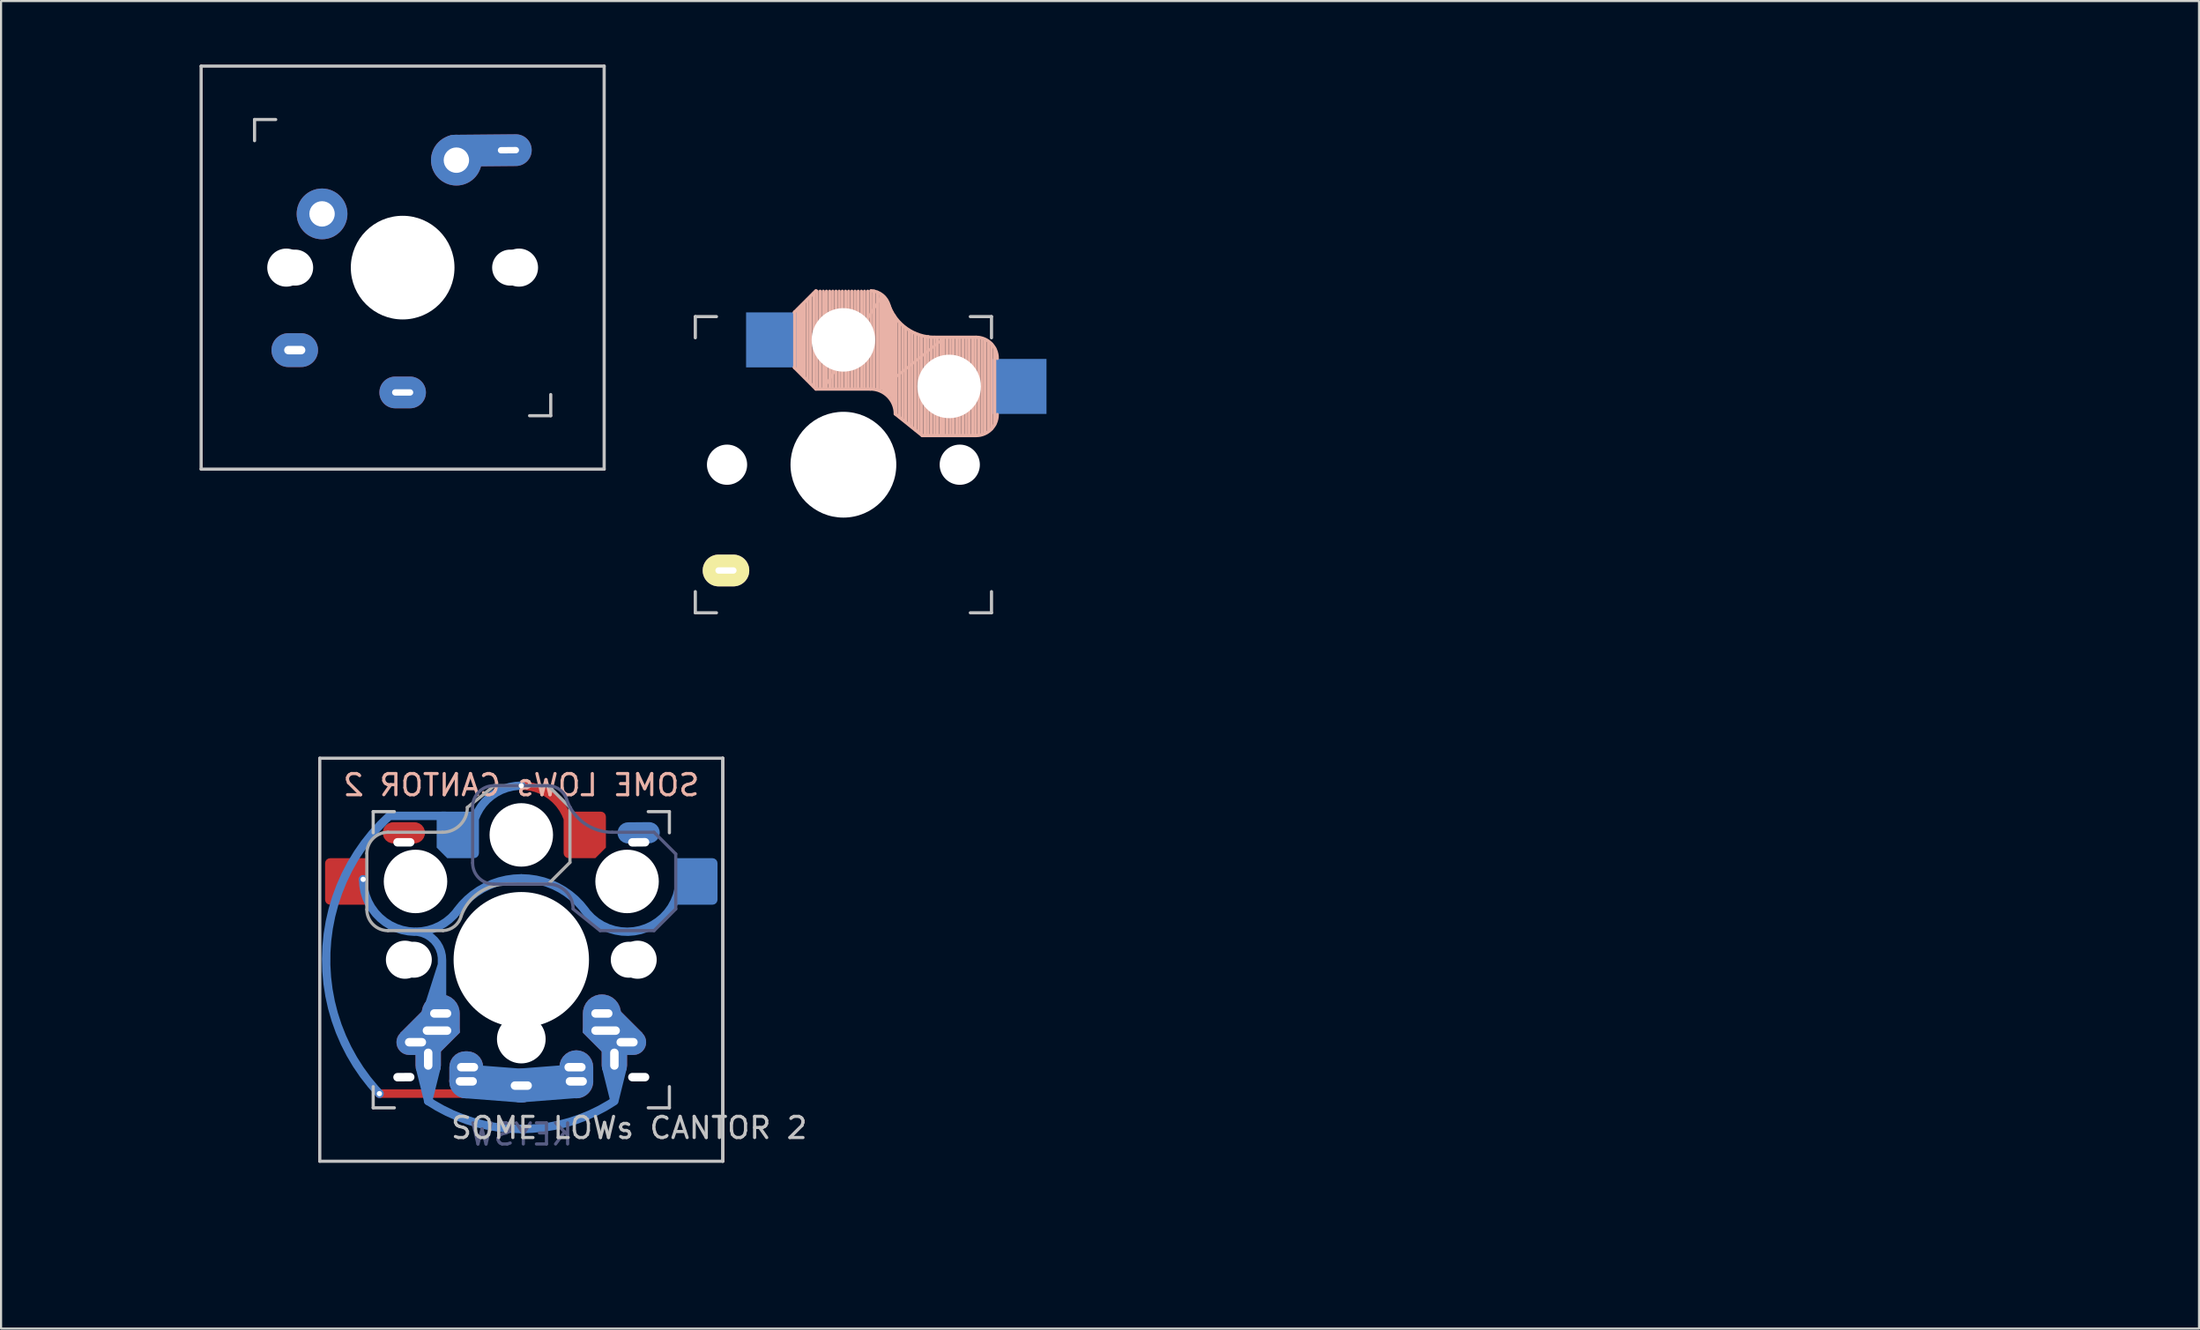
<source format=kicad_pcb>
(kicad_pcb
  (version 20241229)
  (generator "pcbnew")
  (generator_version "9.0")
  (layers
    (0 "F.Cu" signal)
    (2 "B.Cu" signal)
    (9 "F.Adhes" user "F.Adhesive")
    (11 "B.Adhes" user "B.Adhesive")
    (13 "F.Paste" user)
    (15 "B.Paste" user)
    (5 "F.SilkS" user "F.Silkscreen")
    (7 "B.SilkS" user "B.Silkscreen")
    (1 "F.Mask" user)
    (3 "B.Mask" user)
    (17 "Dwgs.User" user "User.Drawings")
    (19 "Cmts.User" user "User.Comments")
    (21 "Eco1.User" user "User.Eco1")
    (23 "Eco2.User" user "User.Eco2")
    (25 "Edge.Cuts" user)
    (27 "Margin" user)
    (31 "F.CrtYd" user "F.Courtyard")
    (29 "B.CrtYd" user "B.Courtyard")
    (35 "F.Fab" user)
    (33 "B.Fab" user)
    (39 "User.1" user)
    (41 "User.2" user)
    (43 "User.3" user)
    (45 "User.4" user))
  (footprint "SOME LOWs CANTOR 2"
    (layer "F.Cu")
    (at 21.59 42.315)
    (property "Reference" "SOME LOWs CANTOR 2" (at 5.1 7.95 180) (layer "Dwgs.User") (effects (font (size 1 1) (thickness 0.15))))
    (property "Value" "KEYSW" (at 0 7.9 180) (layer "Dwgs.User") (hide yes) (effects (font (size 1 1) (thickness 0.15))))
    (attr through_hole)
    (fp_line (start -4.015 5.105) (end -4.405 6.675) (stroke (width 0.4) (type solid)) (layer "B.Cu"))
    (fp_line (start 12.925 -27.974) (end 12.925 -30.624) (stroke (width 0.15) (type solid)) (layer "B.SilkS"))
    (fp_line (start 13.075 -30.749) (end 13.075 -27.899) (stroke (width 0.15) (type solid)) (layer "B.SilkS"))
    (fp_line (start 13.175 -30.849) (end 13.175 -27.799) (stroke (width 0.15) (type solid)) (layer "B.SilkS"))
    (fp_line (start 13.275 -30.949) (end 13.275 -27.699) (stroke (width 0.15) (type solid)) (layer "B.SilkS"))
    (fp_line (start 13.375 -31.049) (end 13.375 -27.549) (stroke (width 0.15) (type solid)) (layer "B.SilkS"))
    (fp_line (start 13.525 -31.199) (end 13.525 -27.399) (stroke (width 0.15) (type solid)) (layer "B.SilkS"))
    (fp_line (start 13.675 -31.349) (end 13.675 -27.249) (stroke (width 0.15) (type solid)) (layer "B.SilkS"))
    (fp_line (start 13.825 -31.499) (end 13.825 -27.099) (stroke (width 0.15) (type solid)) (layer "B.SilkS"))
    (fp_line (start 13.925 -31.624) (end 12.9 -30.599) (stroke (width 0.15) (type solid)) (layer "B.SilkS"))
    (fp_line (start 13.925 -26.974) (end 12.9 -27.999) (stroke (width 0.15) (type solid)) (layer "B.SilkS"))
    (fp_line (start 13.925 -26.974) (end 16.5 -26.974) (stroke (width 0.15) (type solid)) (layer "B.SilkS"))
    (fp_line (start 13.975 -31.599) (end 13.975 -26.999) (stroke (width 0.15) (type solid)) (layer "B.SilkS"))
    (fp_line (start 14.125 -31.599) (end 14.125 -26.999) (stroke (width 0.15) (type solid)) (layer "B.SilkS"))
    (fp_line (start 14.275 -31.599) (end 14.275 -26.999) (stroke (width 0.15) (type solid)) (layer "B.SilkS"))
    (fp_line (start 14.325 -31.499) (end 14.325 -27.049) (stroke (width 0.12) (type solid)) (layer "B.SilkS"))
    (fp_line (start 14.325 -27.049) (end 17.025 -31.349) (stroke (width 0.12) (type solid)) (layer "B.SilkS"))
    (fp_line (start 14.425 -31.599) (end 14.425 -26.999) (stroke (width 0.15) (type solid)) (layer "B.SilkS"))
    (fp_line (start 14.575 -31.599) (end 14.575 -26.999) (stroke (width 0.15) (type solid)) (layer "B.SilkS"))
    (fp_line (start 14.725 -31.599) (end 14.725 -26.999) (stroke (width 0.15) (type solid)) (layer "B.SilkS"))
    (fp_line (start 14.875 -31.599) (end 14.875 -26.999) (stroke (width 0.15) (type solid)) (layer "B.SilkS"))
    (fp_line (start 15.025 -31.599) (end 15.025 -26.999) (stroke (width 0.15) (type solid)) (layer "B.SilkS"))
    (fp_line (start 15.175 -31.599) (end 15.175 -26.999) (stroke (width 0.15) (type solid)) (layer "B.SilkS"))
    (fp_line (start 15.325 -31.599) (end 15.325 -26.999) (stroke (width 0.15) (type solid)) (layer "B.SilkS"))
    (fp_line (start 15.475 -31.599) (end 15.475 -26.999) (stroke (width 0.15) (type solid)) (layer "B.SilkS"))
    (fp_line (start 15.625 -31.599) (end 15.625 -26.999) (stroke (width 0.15) (type solid)) (layer "B.SilkS"))
    (fp_line (start 15.775 -31.599) (end 15.775 -26.999) (stroke (width 0.15) (type solid)) (layer "B.SilkS"))
    (fp_line (start 15.925 -31.599) (end 15.925 -26.999) (stroke (width 0.15) (type solid)) (layer "B.SilkS"))
    (fp_line (start 16.075 -31.599) (end 16.075 -26.999) (stroke (width 0.15) (type solid)) (layer "B.SilkS"))
    (fp_line (start 16.225 -31.599) (end 16.225 -26.999) (stroke (width 0.15) (type solid)) (layer "B.SilkS"))
    (fp_line (start 16.375 -31.599) (end 16.375 -27.049) (stroke (width 0.15) (type solid)) (layer "B.SilkS"))
    (fp_line (start 16.525 -31.599) (end 16.525 -26.999) (stroke (width 0.15) (type solid)) (layer "B.SilkS"))
    (fp_line (start 16.675 -31.599) (end 16.675 -26.999) (stroke (width 0.15) (type solid)) (layer "B.SilkS"))
    (fp_line (start 16.825 -31.549) (end 16.825 -26.999) (stroke (width 0.15) (type solid)) (layer "B.SilkS"))
    (fp_line (start 16.975 -31.449) (end 16.975 -26.899) (stroke (width 0.15) (type solid)) (layer "B.SilkS"))
    (fp_line (start 17.025 -31.349) (end 17.025 -26.999) (stroke (width 0.12) (type solid)) (layer "B.SilkS"))
    (fp_line (start 17.025 -26.999) (end 19.875 -29.299) (stroke (width 0.12) (type solid)) (layer "B.SilkS"))
    (fp_line (start 17.125 -31.349) (end 17.125 -26.849) (stroke (width 0.15) (type solid)) (layer "B.SilkS"))
    (fp_line (start 17.225 -31.199) (end 17.225 -26.799) (stroke (width 0.15) (type solid)) (layer "B.SilkS"))
    (fp_line (start 17.325 -30.949) (end 17.325 -26.749) (stroke (width 0.15) (type solid)) (layer "B.SilkS"))
    (fp_line (start 17.425 -30.799) (end 17.425 -26.649) (stroke (width 0.15) (type solid)) (layer "B.SilkS"))
    (fp_line (start 17.525 -30.599) (end 17.525 -26.449) (stroke (width 0.15) (type solid)) (layer "B.SilkS"))
    (fp_line (start 17.625 -30.449) (end 17.625 -26.299) (stroke (width 0.15) (type solid)) (layer "B.SilkS"))
    (fp_line (start 17.725 -30.249) (end 17.725 -25.799) (stroke (width 0.15) (type solid)) (layer "B.SilkS"))
    (fp_line (start 17.875 -30.099) (end 17.875 -25.649) (stroke (width 0.15) (type solid)) (layer "B.SilkS"))
    (fp_line (start 18.025 -29.949) (end 18.025 -25.549) (stroke (width 0.15) (type solid)) (layer "B.SilkS"))
    (fp_line (start 18.175 -29.849) (end 18.175 -25.449) (stroke (width 0.15) (type solid)) (layer "B.SilkS"))
    (fp_line (start 18.325 -29.749) (end 18.325 -25.299) (stroke (width 0.15) (type solid)) (layer "B.SilkS"))
    (fp_line (start 18.475 -29.649) (end 18.475 -25.199) (stroke (width 0.15) (type solid)) (layer "B.SilkS"))
    (fp_line (start 18.625 -29.599) (end 18.625 -25.049) (stroke (width 0.15) (type solid)) (layer "B.SilkS"))
    (fp_line (start 18.775 -29.499) (end 18.775 -24.949) (stroke (width 0.15) (type solid)) (layer "B.SilkS"))
    (fp_line (start 18.925 -29.449) (end 18.925 -24.849) (stroke (width 0.15) (type solid)) (layer "B.SilkS"))
    (fp_line (start 18.95 -24.774) (end 17.675 -25.799) (stroke (width 0.15) (type solid)) (layer "B.SilkS"))
    (fp_line (start 18.95 -24.774) (end 21.5 -24.774) (stroke (width 0.15) (type solid)) (layer "B.SilkS"))
    (fp_line (start 19.075 -29.449) (end 19.075 -24.799) (stroke (width 0.15) (type solid)) (layer "B.SilkS"))
    (fp_line (start 19.225 -29.449) (end 19.225 -24.799) (stroke (width 0.15) (type solid)) (layer "B.SilkS"))
    (fp_line (start 19.375 -29.399) (end 19.375 -24.849) (stroke (width 0.15) (type solid)) (layer "B.SilkS"))
    (fp_line (start 19.525 -29.424) (end 21.5 -29.424) (stroke (width 0.15) (type solid)) (layer "B.SilkS"))
    (fp_line (start 19.525 -29.399) (end 19.525 -24.799) (stroke (width 0.15) (type solid)) (layer "B.SilkS"))
    (fp_line (start 19.675 -29.399) (end 19.675 -24.799) (stroke (width 0.15) (type solid)) (layer "B.SilkS"))
    (fp_line (start 19.825 -29.399) (end 19.825 -24.799) (stroke (width 0.15) (type solid)) (layer "B.SilkS"))
    (fp_line (start 19.875 -29.299) (end 19.875 -24.799) (stroke (width 0.12) (type solid)) (layer "B.SilkS"))
    (fp_line (start 19.975 -29.399) (end 19.975 -24.799) (stroke (width 0.15) (type solid)) (layer "B.SilkS"))
    (fp_line (start 20.125 -29.399) (end 20.125 -24.799) (stroke (width 0.15) (type solid)) (layer "B.SilkS"))
    (fp_line (start 20.275 -29.399) (end 20.275 -24.799) (stroke (width 0.15) (type solid)) (layer "B.SilkS"))
    (fp_line (start 20.425 -29.399) (end 20.425 -24.799) (stroke (width 0.15) (type solid)) (layer "B.SilkS"))
    (fp_line (start 20.575 -29.399) (end 20.575 -24.799) (stroke (width 0.15) (type solid)) (layer "B.SilkS"))
    (fp_line (start 20.725 -29.399) (end 20.725 -24.799) (stroke (width 0.15) (type solid)) (layer "B.SilkS"))
    (fp_line (start 20.875 -29.399) (end 20.875 -24.799) (stroke (width 0.15) (type solid)) (layer "B.SilkS"))
    (fp_line (start 21.025 -29.399) (end 21.025 -24.799) (stroke (width 0.15) (type solid)) (layer "B.SilkS"))
    (fp_line (start 21.175 -29.399) (end 21.175 -24.799) (stroke (width 0.15) (type solid)) (layer "B.SilkS"))
    (fp_line (start 21.325 -29.399) (end 21.325 -24.799) (stroke (width 0.15) (type solid)) (layer "B.SilkS"))
    (fp_line (start 21.475 -29.399) (end 21.475 -24.799) (stroke (width 0.15) (type solid)) (layer "B.SilkS"))
    (fp_line (start 21.625 -29.399) (end 21.625 -24.849) (stroke (width 0.15) (type solid)) (layer "B.SilkS"))
    (fp_line (start 21.775 -29.349) (end 21.775 -24.849) (stroke (width 0.15) (type solid)) (layer "B.SilkS"))
    (fp_line (start 21.925 -29.299) (end 21.925 -24.899) (stroke (width 0.15) (type solid)) (layer "B.SilkS"))
    (fp_line (start 22.075 -29.199) (end 22.075 -24.999) (stroke (width 0.15) (type solid)) (layer "B.SilkS"))
    (fp_line (start 22.225 -29.099) (end 22.225 -25.099) (stroke (width 0.15) (type solid)) (layer "B.SilkS"))
    (fp_line (start 22.375 -28.899) (end 22.375 -25.299) (stroke (width 0.15) (type solid)) (layer "B.SilkS"))
    (fp_arc (start 16.5 -26.974) (mid 17.33085 -26.62985) (end 17.675 -25.799) (stroke (width 0.15) (type solid)) (layer "B.SilkS"))
    (fp_arc (start 16.525995 -31.622791) (mid 17.073286 -31.415021) (end 17.387199 -30.920904) (stroke (width 0.15) (type solid)) (layer "B.SilkS"))
    (fp_arc (start 19.525 -29.424) (mid 18.220114 -29.835429) (end 17.387199 -30.920904) (stroke (width 0.15) (type solid)) (layer "B.SilkS"))
    (fp_arc (start 21.5 -29.424) (mid 22.207107 -29.131107) (end 22.5 -28.424) (stroke (width 0.15) (type solid)) (layer "B.SilkS"))
    (fp_arc (start 22.5 -25.774) (mid 22.207107 -25.066893) (end 21.5 -24.774) (stroke (width 0.15) (type solid)) (layer "B.SilkS"))
    (fp_line (start -15.133 -42.24) (end 3.917 -42.24) (stroke (width 0.15) (type solid)) (layer "Dwgs.User"))
    (fp_line (start -15.133 -23.19) (end -15.133 -42.24) (stroke (width 0.15) (type solid)) (layer "Dwgs.User"))
    (fp_line (start -12.608 -39.715) (end -11.608 -39.715) (stroke (width 0.15) (type solid)) (layer "Dwgs.User"))
    (fp_line (start -12.608 -38.715) (end -12.608 -39.715) (stroke (width 0.15) (type solid)) (layer "Dwgs.User"))
    (fp_line (start -9.525 -9.525) (end 9.525 -9.525) (stroke (width 0.15) (type solid)) (layer "Dwgs.User"))
    (fp_line (start -9.525 9.525) (end -9.525 -9.525) (stroke (width 0.15) (type solid)) (layer "Dwgs.User"))
    (fp_line (start -7 -7) (end -6 -7) (stroke (width 0.15) (type solid)) (layer "Dwgs.User"))
    (fp_line (start -7 -6) (end -7 -7) (stroke (width 0.15) (type solid)) (layer "Dwgs.User"))
    (fp_line (start -7 7) (end -7 6) (stroke (width 0.15) (type solid)) (layer "Dwgs.User"))
    (fp_line (start -6 7) (end -7 7) (stroke (width 0.15) (type solid)) (layer "Dwgs.User"))
    (fp_line (start 0.392 -25.715) (end 1.392 -25.715) (stroke (width 0.15) (type solid)) (layer "Dwgs.User"))
    (fp_line (start 1.392 -25.715) (end 1.392 -26.715) (stroke (width 0.15) (type solid)) (layer "Dwgs.User"))
    (fp_line (start 3.917 -42.24) (end 3.917 -23.19) (stroke (width 0.15) (type solid)) (layer "Dwgs.User"))
    (fp_line (start 3.917 -23.19) (end -15.133 -23.19) (stroke (width 0.15) (type solid)) (layer "Dwgs.User"))
    (fp_line (start 6 7) (end 7 7) (stroke (width 0.15) (type solid)) (layer "Dwgs.User"))
    (fp_line (start 7 -7) (end 6 -7) (stroke (width 0.15) (type solid)) (layer "Dwgs.User"))
    (fp_line (start 7 -6) (end 7 -7) (stroke (width 0.15) (type solid)) (layer "Dwgs.User"))
    (fp_line (start 7 7) (end 7 6) (stroke (width 0.15) (type solid)) (layer "Dwgs.User"))
    (fp_line (start 8.225 -30.399) (end 8.225 -29.399) (stroke (width 0.15) (type solid)) (layer "Dwgs.User"))
    (fp_line (start 8.225 -17.399) (end 8.225 -16.399) (stroke (width 0.15) (type solid)) (layer "Dwgs.User"))
    (fp_line (start 8.225 -16.399) (end 9.225 -16.399) (stroke (width 0.15) (type solid)) (layer "Dwgs.User"))
    (fp_line (start 9.225 -30.399) (end 8.225 -30.399) (stroke (width 0.15) (type solid)) (layer "Dwgs.User"))
    (fp_line (start 9.525 -9.525) (end 9.525 9.525) (stroke (width 0.15) (type solid)) (layer "Dwgs.User"))
    (fp_line (start 9.525 -9.525) (end 9.525 9.525) (stroke (width 0.15) (type solid)) (layer "Dwgs.User"))
    (fp_line (start 9.525 9.525) (end -9.525 9.525) (stroke (width 0.15) (type solid)) (layer "Dwgs.User"))
    (fp_line (start 21.225 -30.399) (end 22.225 -30.399) (stroke (width 0.15) (type solid)) (layer "Dwgs.User"))
    (fp_line (start 22.225 -30.399) (end 22.225 -29.399) (stroke (width 0.15) (type solid)) (layer "Dwgs.User"))
    (fp_line (start 22.225 -17.399) (end 22.225 -16.399) (stroke (width 0.15) (type solid)) (layer "Dwgs.User"))
    (fp_line (start 22.225 -16.399) (end 21.225 -16.399) (stroke (width 0.15) (type solid)) (layer "Dwgs.User"))
    (fp_line (start -2.3 -4.575) (end -2.3 -7.225) (stroke (width 0.15) (type solid)) (layer "B.Fab"))
    (fp_line (start -1.3 -8.225) (end 1.3 -8.225) (stroke (width 0.15) (type solid)) (layer "B.Fab"))
    (fp_line (start -1.3 -3.575) (end 1.275 -3.575) (stroke (width 0.15) (type solid)) (layer "B.Fab"))
    (fp_line (start 3.725 -1.375) (end 2.45 -2.4) (stroke (width 0.15) (type solid)) (layer "B.Fab"))
    (fp_line (start 3.725 -1.375) (end 6.275 -1.375) (stroke (width 0.15) (type solid)) (layer "B.Fab"))
    (fp_line (start 4.3 -6.025) (end 6.275 -6.025) (stroke (width 0.15) (type solid)) (layer "B.Fab"))
    (fp_line (start 7.3 -5) (end 6.275 -6.025) (stroke (width 0.15) (type solid)) (layer "B.Fab"))
    (fp_line (start 7.3 -2.4) (end 6.275 -1.375) (stroke (width 0.15) (type solid)) (layer "B.Fab"))
    (fp_line (start 7.3 -2.4) (end 7.3 -5) (stroke (width 0.15) (type solid)) (layer "B.Fab"))
    (fp_arc (start -2.3 -7.225) (mid -2.007107 -7.932107) (end -1.3 -8.225) (stroke (width 0.15) (type solid)) (layer "B.Fab"))
    (fp_arc (start -1.3 -3.575) (mid -2.007107 -3.867893) (end -2.3 -4.575) (stroke (width 0.15) (type solid)) (layer "B.Fab"))
    (fp_arc (start 1.275 -3.575) (mid 2.10585 -3.23085) (end 2.45 -2.4) (stroke (width 0.15) (type solid)) (layer "B.Fab"))
    (fp_arc (start 1.300995 -8.223791) (mid 1.848286 -8.016021) (end 2.162199 -7.521904) (stroke (width 0.15) (type solid)) (layer "B.Fab"))
    (fp_arc (start 4.3 -6.025) (mid 2.995114 -6.436429) (end 2.162199 -7.521904) (stroke (width 0.15) (type solid)) (layer "B.Fab"))
    (fp_line (start -7.3 -5.025) (end -7.3 -2.375) (stroke (width 0.15) (type solid)) (layer "F.Fab"))
    (fp_line (start -6.3 -6.025) (end -3.725 -6.025) (stroke (width 0.15) (type solid)) (layer "F.Fab"))
    (fp_line (start -6.3 -1.375) (end -3.7 -1.375) (stroke (width 0.15) (type solid)) (layer "F.Fab"))
    (fp_line (start -1.275 -8.225) (end -2.55 -7.2) (stroke (width 0.15) (type solid)) (layer "F.Fab"))
    (fp_line (start -1.275 -8.225) (end 1.275 -8.225) (stroke (width 0.15) (type solid)) (layer "F.Fab"))
    (fp_line (start -0.7 -3.575) (end 1.275 -3.575) (stroke (width 0.15) (type solid)) (layer "F.Fab"))
    (fp_line (start 2.3 -7.2) (end 1.275 -8.225) (stroke (width 0.15) (type solid)) (layer "F.Fab"))
    (fp_line (start 2.3 -7.2) (end 2.3 -4.6) (stroke (width 0.15) (type solid)) (layer "F.Fab"))
    (fp_line (start 2.3 -4.6) (end 1.275 -3.575) (stroke (width 0.15) (type solid)) (layer "F.Fab"))
    (fp_arc (start -7.3 -5.025) (mid -7.007107 -5.732107) (end -6.3 -6.025) (stroke (width 0.15) (type solid)) (layer "F.Fab"))
    (fp_arc (start -6.3 -1.375) (mid -7.007107 -1.667893) (end -7.3 -2.375) (stroke (width 0.15) (type solid)) (layer "F.Fab"))
    (fp_arc (start -2.837801 -2.078096) (mid -3.151717 -1.583981) (end -3.699005 -1.376209) (stroke (width 0.15) (type solid)) (layer "F.Fab"))
    (fp_arc (start -2.837801 -2.078096) (mid -2.004887 -3.163571) (end -0.7 -3.575) (stroke (width 0.15) (type solid)) (layer "F.Fab"))
    (fp_arc (start -2.55 -7.2) (mid -2.89415 -6.36915) (end -3.725 -6.025) (stroke (width 0.15) (type solid)) (layer "F.Fab"))
    (fp_line (start -2.61 5.73) (end 2.54 11.43) (stroke (width 0.12) (type default)) (layer "User.1"))
    (fp_line (start 2.54 11.43) (end 4.4 4.73) (stroke (width 0.12) (type default)) (layer "User.1"))
    (fp_line (start -0.03 5.93) (end 11.43 0) (stroke (width 0.12) (type default)) (layer "User.2"))
    (fp_line (start 5.35 -11.66) (end 4.96 -5.13) (stroke (width 0.12) (type default)) (layer "User.2"))
    (fp_line (start 11.43 0) (end 5.15 3.9) (stroke (width 0.12) (type default)) (layer "User.2"))
    (fp_line (start 4.52 3.21) (end 11.11 -2.72) (stroke (width 0.12) (type default)) (layer "User.4"))
    (fp_line (start 11.11 -2.72) (end -0.13 5.88) (stroke (width 0.12) (type default)) (layer "User.4"))
    (fp_line (start 11.55 8.13) (end 0 5.93) (stroke (width 0.12) (type default)) (layer "User.6"))
    (fp_line (start 11.55 8.13) (end 3.48 3.24) (stroke (width 0.12) (type default)) (layer "User.6"))
    (fp_line (start 3.85 2.49) (end 10.8 3.76) (stroke (width 0.12) (type default)) (layer "User.9"))
    (fp_line (start 10.855 3.785) (end -2.51 5.05) (stroke (width 0.12) (type default)) (layer "User.9"))
    (fp_text user "${REFERENCE}" (at 0 -8.255 0) (layer "B.SilkS") (effects (font (size 1 1) (thickness 0.15)) (justify mirror)))
    (fp_text user "${VALUE}" (at 0 8.255 0) (layer "B.Fab") (effects (font (size 1 1) (thickness 0.15)) (justify mirror)))
    (fp_text user "GateronLowProfile (KS-27)" (at -5.08 12.7 0) (unlocked yes) (layer "User.1") (effects (font (size 1 1) (thickness 0.15)) (justify left bottom)))
    (fp_text user "4.4X, 4.7Y (90rot)  | -2.6X, 5.75Y" (at -5.23 14.19 0) (unlocked yes) (layer "User.1") (effects (font (size 1 1) (thickness 0.15)) (justify left bottom)))
    (fp_text user "Kailh Choc V1 (PG1350) & V2  (PG1353)" (at 11.46 0.43 0) (unlocked yes) (layer "User.2") (effects (font (size 1 1) (thickness 0.15)) (justify left bottom)))
    (fp_text user "Kailh Choc V2 Only" (at 4.92 -13.21 0) (unlocked yes) (layer "User.2") (effects (font (size 1 1) (thickness 0.15)) (justify left bottom)))
    (fp_text user "5X, -5.15Y (INCREASED TO 5.55/5.55 - Datasheet is wrong!!!)" (at 5.12 -11.83 0) (unlocked yes) (layer "User.2") (effects (font (size 1 1) (thickness 0.15)) (justify left bottom)))
    (fp_text user "5X, -5.15Y (INCREASED TO 5.5 - Datasheet is wrong!!!)" (at 5.12 -11.83 0) (unlocked yes) (layer "User.2") (effects (font (size 1 1) (thickness 0.15)) (justify left bottom)))
    (fp_text user "Y3.8 X5 - Y5.9 X0" (at 11.56 1.96 0) (unlocked yes) (layer "User.2") (effects (font (size 1 1) (thickness 0.15)) (justify left bottom)))
    (fp_text user "Kailh Choc V1" (at -21.59 0 0) (unlocked yes) (layer "User.2") (effects (font (size 1 1) (thickness 0.15)) (justify left bottom)))
    (fp_text user "5X, -5.15Y (INCREASED TO 5.45 TO AVOID HS-SOCKETS)" (at 5.12 -11.83 0) (unlocked yes) (layer "User.2") (effects (font (size 1 1) (thickness 0.15)) (justify left bottom)))
    (fp_text user "5X, -5.15Y" (at 5.12 -11.83 0) (unlocked yes) (layer "User.2") (effects (font (size 1 1) (thickness 0.15)) (justify left bottom)))
    (fp_text user "Kailh Choc V2" (at 11.43 0 0) (unlocked yes) (layer "User.2") (effects (font (size 1 1) (thickness 0.15)) (justify left bottom)))
    (fp_text user "& TTC Low Profile (KS32)" (at 11.24 -3.92 0) (unlocked yes) (layer "User.4") (effects (font (size 1 1) (thickness 0.15)) (justify left bottom)))
    (fp_text user "Cherry MX Low profile" (at 11.24 -5.46 0) (unlocked yes) (layer "User.4") (effects (font (size 1 1) (thickness 0.15)) (justify left bottom)))
    (fp_text user "Made hole wider to fit both Red dragon and cherry mx" (at 15.367 -1.397 0) (unlocked yes) (layer "User.4") (effects (font (size 1 1) (thickness 0.15)) (justify left bottom)))
    (fp_text user "0X, -6Y, | 4.15X, -3.35Y" (at 11.18 -2.58 0) (unlocked yes) (layer "User.4") (effects (font (size 1 1) (thickness 0.15)) (justify left bottom)))
    (fp_text user "0X, -6Y | 3.81X, 3.35Y" (at 11.39 10.01 0) (unlocked yes) (layer "User.6") (effects (font (size 1 1) (thickness 0.15)) (justify left bottom)))
    (fp_text user "RedDragon MX Low profile (No datasheet - best guess - combined with MX CHerry" (at 11.48 8.6 0) (unlocked yes) (layer "User.6") (effects (font (size 1 1) (thickness 0.15)) (justify left bottom)))
    (fp_text user "MX Origional (full size)" (at 11.15 4.16 0) (unlocked yes) (layer "User.9") (effects (font (size 1 1) (thickness 0.15)) (justify left bottom)))
    (fp_text user "3.81X, 2.54Y | -2.54X, 5.08Y" (at 11.31 5.79 0) (unlocked yes) (layer "User.9") (effects (font (size 1 1) (thickness 0.15)) (justify left bottom)))
    (pad "" np_thru_hole circle (at -11.108 -32.715 90) (size 1.8 1.8) (drill 1.8) (layers "*.Cu" "*.Mask"))
    (pad "" np_thru_hole circle (at -10.688 -32.715) (size 1.7 1.7) (drill 1.7) (layers "*.Cu" "*.Mask"))
    (pad "" np_thru_hole circle (at -5.608 -32.715 90) (size 4.9 4.9) (drill 4.9) (layers "*.Cu" "*.Mask"))
    (pad "" np_thru_hole roundrect (at -5.55 -5.55) (size 2 1) (drill oval 1 0.4 (offset 0 -0.45)) (layers "F.Cu" "F.Mask") (roundrect_rratio 0.5) (chamfer_ratio 0.15) (chamfer))
    (pad "" np_thru_hole oval (at -5.55 5.55 0.5) (size 1 0.4) (drill oval 1 0.4) (layers "B.Cu" "B.Mask"))
    (pad "" np_thru_hole circle (at -5.5 0 90) (size 1.8 1.8) (drill 1.8) (layers "*.Cu" "*.Mask"))
    (pad "" np_thru_hole circle (at -5.08 0) (size 1.7 1.7) (drill 1.7) (layers "*.Cu" "*.Mask"))
    (pad "" np_thru_hole circle (at -5 -3.7 90) (size 3 3) (drill 3) (layers "*.Cu" "*.Mask"))
    (pad "" np_thru_hole circle (at -0.528 -32.715) (size 1.7 1.7) (drill 1.7) (layers "*.Cu" "*.Mask"))
    (pad "" np_thru_hole circle (at -0.108 -32.715 90) (size 1.8 1.8) (drill 1.8) (layers "*.Cu" "*.Mask"))
    (pad "" np_thru_hole circle (at 0 -5.9 270) (size 3 3) (drill 3) (layers "*.Cu" "*.Mask"))
    (pad "" np_thru_hole circle (at 0 0 270) (size 4.8 4.8) (drill 4.8) (layers "*.Cu" "*.Mask"))
    (pad "" np_thru_hole circle (at 0 0 90) (size 6.4 6.4) (drill 6.4) (layers "*.Cu" "*.Mask"))
    (pad "" np_thru_hole circle (at 0 3.75 270) (size 2.3 2.3) (drill 2.3) (layers "*.Cu" "*.Mask"))
    (pad "" np_thru_hole circle (at 5 -3.7 270) (size 3 3) (drill 3) (layers "*.Cu" "*.Mask"))
    (pad "" np_thru_hole circle (at 5.08 0) (size 1.7 1.7) (drill 1.7) (layers "*.Cu" "*.Mask"))
    (pad "" np_thru_hole circle (at 5.5 0 90) (size 1.8 1.8) (drill 1.8) (layers "*.Cu" "*.Mask"))
    (pad "" np_thru_hole roundrect (at 5.55 -5.55 0.5) (size 2 1) (drill oval 1 0.4 (offset 0 -0.45)) (layers "B.Cu" "B.Mask") (roundrect_rratio 0.5) (chamfer_ratio 0.15) (chamfer))
    (pad "" np_thru_hole oval (at 5.55 5.55) (size 1 0.4) (drill oval 1 0.4) (layers "F.Cu" "F.Mask"))
    (pad "" thru_hole oval (at 9.675 -18.399) (size 2.2 1.5) (drill oval 1 0.3) (layers "*.Cu" "B.Mask" "F.SilkS"))
    (pad "" np_thru_hole circle (at 9.725 -23.399 270) (size 1.9 1.9) (drill 1.9) (layers "*.Cu"))
    (pad "" np_thru_hole circle (at 15.225 -29.299 270) (size 3 3) (drill 3) (layers "*.Cu" "*.Mask"))
    (pad "" np_thru_hole circle (at 15.225 -23.399 270) (size 5 5) (drill 5) (layers "*.Cu"))
    (pad "" np_thru_hole circle (at 20.225 -27.099 270) (size 3 3) (drill 3) (layers "*.Cu" "*.Mask"))
    (pad "" np_thru_hole circle (at 20.725 -23.399 270) (size 1.9 1.9) (drill 1.9) (layers "*.Cu"))
    (pad "1" thru_hole oval (at -10.708 -28.815) (size 2.2 1.6) (drill oval 1 0.4) (layers "*.Cu" "B.Mask"))
    (pad "1" thru_hole circle (at -9.418 -35.255) (size 2.4 2.4) (drill 1.2) (layers "*.Cu" "B.Mask"))
    (pad "1" smd roundrect (at -8.275 -3.7) (size 2 2.2) (layers "F.Cu" "F.Mask" "F.Paste") (roundrect_rratio 0.12) (chamfer_ratio 0) (chamfer top_right bottom_right))
    (pad "1" thru_hole circle (at -7.475 -3.8) (size 0.4 0.4) (drill 0.25) (layers "*.Cu"))
    (pad "1" smd custom (at -7.475 -3.8) (size 0.4 0.4) (layers "B.Cu") (options (anchor circle)) (primitives (gr_arc (start 4.464509 1.472236) (mid 1.69989 2.350496) (end 0 0) (width 0.4)) (gr_arc (start 2.465 2.470001) (mid 3.364573 2.886914) (end 3.726803 3.809865) (width 0.4)) (gr_line (start 3.725 4.04) (end 3.015 6.27) (width 0.4)) (gr_line (start 3.538 5.832) (end 3.635 5.22) (width 0.4)) (gr_line (start 3.727 3.81) (end 3.727 6.33) (width 0.4)) (gr_arc (start 4.46451 1.472236) (mid 5.789366 0.355658) (end 7.475 -0.045128) (width 0.4))))
    (pad "1" thru_hole oval (at -5 3.9) (size 1.8 1.2) (drill oval 1 0.4) (layers "*.Cu" "F.Mask"))
    (pad "1" thru_hole roundrect (at -4.4 4.7 90) (size 1.8 1.2) (drill oval 1 0.4) (layers "*.Cu" "F.Mask") (roundrect_rratio 0.5) (chamfer_ratio 0) (chamfer top_right bottom_right))
    (pad "1" thru_hole roundrect (at -3.985 3.35 180) (size 2.8 2.1) (drill oval 1.35 0.4 (offset 0.325 -0.1)) (layers "*.Cu" "B.Mask") (roundrect_rratio 0.5) (chamfer_ratio 0.5) (chamfer top_left bottom_right))
    (pad "1" thru_hole roundrect (at -3.81 2.54 180) (size 1.8 1.8) (drill oval 1 0.4) (layers "*.Cu" "F.Mask") (roundrect_rratio 0.5) (chamfer_ratio 0) (chamfer top_left))
    (pad "1" smd custom (at 0 8) (size 0.4 0.4) (layers "B.Cu") (options (anchor circle)) (primitives (gr_arc (start 4.397121 -1.316788) (mid 2.295027 -0.336264) (end 0 0) (width 0.4)) (gr_line (start 4.015 -2.905) (end 4.405 -1.335) (width 0.4)) (gr_line (start 4.4 -1.32) (end 4.4 -3.3) (width 0.4)) (gr_line (start 4.785 -2.885) (end 4.395 -1.315) (width 0.4))))
    (pad "1" smd custom (at 0 8) (size 0.4 0.4) (layers "B.Cu") (options (anchor circle)) (primitives (gr_arc (start 0 0) (mid -2.295027 -0.336264) (end -4.397121 -1.316788) (width 0.4)) (gr_line (start -4.395 -1.315) (end -4.785 -2.885) (width 0.4)) (gr_line (start -4.4 -3.3) (end -4.4 -1.32) (width 0.4))))
    (pad "1" thru_hole roundrect (at 3.81 2.54 180) (size 1.8 1.8) (drill oval 1 0.4) (layers "*.Cu" "B.Mask") (roundrect_rratio 0.5) (chamfer_ratio 0) (chamfer top_right))
    (pad "1" thru_hole roundrect (at 3.985 3.35 180) (size 2.8 2.1) (drill oval 1.35 0.4 (offset -0.325 -0.1)) (layers "*.Cu" "B.Mask") (roundrect_rratio 0.5) (chamfer_ratio 0.5) (chamfer top_right bottom_left))
    (pad "1" thru_hole roundrect (at 4.4 4.7 90) (size 1.8 1.2) (drill oval 1 0.4) (layers "*.Cu" "B.Mask") (roundrect_rratio 0.5) (chamfer_ratio 0) (chamfer top_right bottom_right))
    (pad "1" thru_hole oval (at 5 3.9) (size 1.8 1.2) (drill oval 1 0.4) (layers "*.Cu" "B.Mask"))
    (pad "1" smd custom (at 7.475 -3.8) (size 0.4 0.4) (layers "B.Cu") (options (anchor circle)) (primitives (gr_arc (start 0 0) (mid -1.69989 2.350497) (end -4.464509 1.472236) (width 0.4)) (gr_arc (start -7.475 -0.045128) (mid -5.789366 0.355658) (end -4.46451 1.472236) (width 0.4))))
    (pad "1" smd roundrect (at 8.275 -3.7) (size 2 2.2) (layers "B.Cu" "B.Mask" "B.Paste") (roundrect_rratio 0.12) (chamfer_ratio 0) (chamfer top_left bottom_left))
    (pad "1" smd rect (at 23.525 -27.099) (size 2.6 2.6) (layers "B.Cu" "B.Mask" "B.Paste"))
    (pad "2" smd custom (at -6.71 6.33) (size 0.4 0.4) (layers "F.Cu") (options (anchor circle)) (primitives (gr_line (start 0 0) (end 4.12 0) (width 0.4))))
    (pad "2" thru_hole circle (at -6.706 6.331) (size 0.4 0.4) (drill 0.25) (layers "*.Cu"))
    (pad "2" smd custom (at -6.706 6.331) (size 0.4 0.4) (layers "B.Cu") (options (anchor circle)) (primitives (gr_arc (start 0 0) (mid -2.510423 -6.665184) (end 0.475939 -13.131136) (width 0.4)) (gr_line (start 3.121 -13.131) (end 0.476 -13.131) (width 0.4))))
    (pad "2" thru_hole oval (at -5.608 -26.815) (size 2.2 1.5) (drill oval 1 0.3) (layers "*.Cu" "B.Mask"))
    (pad "2" thru_hole circle (at -3.068 -37.795) (size 2.4 2.4) (drill 1.2) (layers "*.Cu" "B.Mask"))
    (pad "2" smd roundrect (at -3 -5.9) (size 2 2.2) (layers "B.Cu" "B.Mask" "B.Paste") (roundrect_rratio 0.12) (chamfer_ratio 0.25) (chamfer bottom_left))
    (pad "2" thru_hole circle (at -2.6 5.75 180) (size 1.6 1.6) (drill oval 1 0.4) (layers "*.Cu" "B.Mask"))
    (pad "2" thru_hole roundrect (at -2.54 5.08 180) (size 1.6 1.5) (drill oval 1 0.4 (offset 0.06 0)) (layers "*.Cu" "B.Mask") (roundrect_rratio 0.5) (chamfer_ratio 0.05) (chamfer top_left top_right))
    (pad "2" smd custom (at -1.814 5.623) (size 0.923 0.923) (layers "B.Cu") (options (anchor circle)) (primitives (gr_line (start 1.817 0.329) (end -0.786 0.127) (width 1.6)) (gr_line (start 4.386 0.118) (end 1.783 0.32) (width 1.6))))
    (pad "2" thru_hole oval (at -0.608 -38.265 0.5) (size 4.4 1.5) (drill oval 1 0.3 (offset -1.1 0)) (layers "*.Cu" "B.Mask"))
    (pad "2" thru_hole circle (at -0.000002 -8.225) (size 0.4 0.4) (drill 0.25) (layers "*.Cu"))
    (pad "2" smd circle (at 0 -8.225) (size 0.4 0.4) (layers "B.Cu"))
    (pad "2" smd custom (at 0 -8.225) (size 0.4 0.4) (layers "F.Cu") (options (anchor circle)) (primitives (gr_arc (start 0 0) (mid 1.300418 0.397687) (end 2.155967 1.4547) (width 0.4))))
    (pad "2" smd custom (at 0 -8.225) (size 0.4 0.4) (layers "B.Cu") (options (anchor circle)) (primitives (gr_arc (start -2.155967 1.4547) (mid -1.300418 0.397687) (end 0 0) (width 0.4))))
    (pad "2" thru_hole circle (at 0 5.95) (size 1.6 1.6) (drill oval 1 0.4) (layers "*.Cu" "*.Mask"))
    (pad "2" thru_hole roundrect (at 2.54 5.08 180) (size 1.6 1.6) (drill oval 1 0.4 (offset -0.06 0)) (layers "*.Cu" "F.Mask") (roundrect_rratio 0.5) (chamfer_ratio 0.05) (chamfer top_left top_right))
    (pad "2" thru_hole circle (at 2.6 5.75 180) (size 1.6 1.6) (drill oval 1 0.4) (layers "*.Cu" "F.Mask"))
    (pad "2" smd roundrect (at 3 -5.9) (size 2 2.2) (layers "F.Cu" "F.Mask" "F.Paste") (roundrect_rratio 0.12) (chamfer_ratio 0.25) (chamfer bottom_right))
    (pad "2" smd rect (at 11.925 -29.299) (size 2.6 2.6) (layers "B.Cu" "B.Mask" "B.Paste")))
  (gr_rect
    (start -3 -3)
    (end 100.891 59.752)
    (stroke (width 0.1) (type default))
    (fill no)
    (layer "Edge.Cuts")))
</source>
